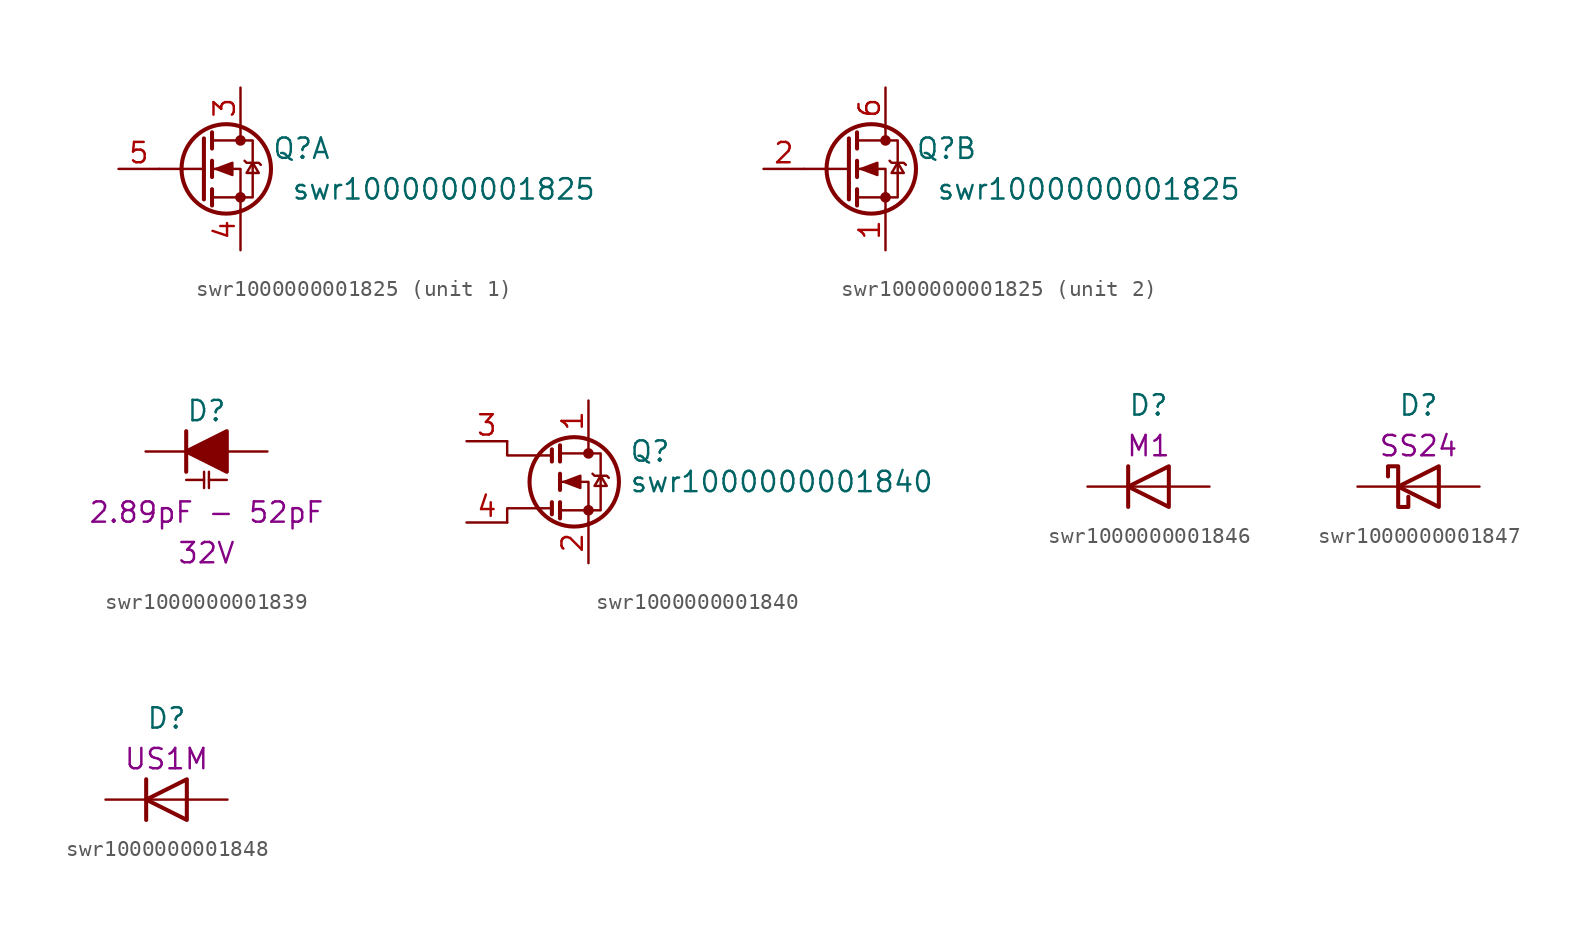
<source format=kicad_sym>
(kicad_symbol_lib
  (version 20211014)
  (generator kicad_symbol_editor)
  (symbol "swr1000000001825"
    (property "Reference" "Q"
      (at 3.81 1.27 0)
      (effects (font (size 1.27 1.27))))
    (property "Value" "swr1000000001825"
      (at 12.7 -1.27 0)
      (effects (font (size 1.27 1.27))))
    (property "ki_locked" ""
      (at 0 0 0)
      (effects (font (size 1.27 1.27))))
    (symbol "swr1000000001825_0_1"
      (circle (center -0.889 0) (radius 2.794) (stroke (width 0.254) (type default) (color 0 0 0 0)) (fill (type none)))
      (circle (center 0 -1.778) (radius 0.254) (stroke (width 0) (type default) (color 0 0 0 0)) (fill (type outline)))
      (polyline (pts (xy -2.286 0) (xy -5.08 0)) (stroke (width 0) (type default) (color 0 0 0 0)) (fill (type none)))
      (polyline (pts (xy -2.286 1.905) (xy -2.286 -1.905)) (stroke (width 0.254) (type default) (color 0 0 0 0)) (fill (type none)))
      (polyline (pts (xy -1.778 -1.27) (xy -1.778 -2.286)) (stroke (width 0.254) (type default) (color 0 0 0 0)) (fill (type none)))
      (polyline (pts (xy -1.778 0.508) (xy -1.778 -0.508)) (stroke (width 0.254) (type default) (color 0 0 0 0)) (fill (type none)))
      (polyline (pts (xy -1.778 2.286) (xy -1.778 1.27)) (stroke (width 0.254) (type default) (color 0 0 0 0)) (fill (type none)))
      (polyline (pts (xy 0 2.54) (xy 0 1.778)) (stroke (width 0) (type default) (color 0 0 0 0)) (fill (type none)))
      (polyline (pts (xy 0 -2.54) (xy 0 0) (xy -1.778 0)) (stroke (width 0) (type default) (color 0 0 0 0)) (fill (type none)))
      (polyline (pts (xy -1.778 -1.778) (xy 0.762 -1.778) (xy 0.762 1.778) (xy -1.778 1.778)) (stroke (width 0) (type default) (color 0 0 0 0)) (fill (type none)))
      (polyline (pts (xy -1.524 0) (xy -0.508 0.381) (xy -0.508 -0.381) (xy -1.524 0)) (stroke (width 0) (type default) (color 0 0 0 0)) (fill (type outline)))
      (polyline (pts (xy 0.254 0.508) (xy 0.381 0.381) (xy 1.143 0.381) (xy 1.27 0.254)) (stroke (width 0) (type default) (color 0 0 0 0)) (fill (type none)))
      (polyline (pts (xy 0.762 0.381) (xy 0.381 -0.254) (xy 1.143 -0.254) (xy 0.762 0.381)) (stroke (width 0) (type default) (color 0 0 0 0)) (fill (type none)))
      (circle (center 0 1.778) (radius 0.254) (stroke (width 0) (type default) (color 0 0 0 0)) (fill (type outline))))
    (symbol "swr1000000001825_1_1"
      (pin passive line (at 0 5.08 270) (length 2.54) (name "" (effects (font (size 1.27 1.27)))) (number "3" (effects (font (size 1.27 1.27)))))
      (pin passive line (at 0 -5.08 90) (length 2.54) (name "" (effects (font (size 1.27 1.27)))) (number "4" (effects (font (size 1.27 1.27)))))
      (pin input line (at -7.62 0 0) (length 2.54) (name "" (effects (font (size 1.27 1.27)))) (number "5" (effects (font (size 1.27 1.27))))))
    (symbol "swr1000000001825_2_1"
      (pin passive line (at 0 -5.08 90) (length 2.54) (name "" (effects (font (size 1.27 1.27)))) (number "1" (effects (font (size 1.27 1.27)))))
      (pin input line (at -7.62 0 0) (length 2.54) (name "" (effects (font (size 1.27 1.27)))) (number "2" (effects (font (size 1.27 1.27)))))
      (pin passive line (at 0 5.08 270) (length 2.54) (name "" (effects (font (size 1.27 1.27)))) (number "6" (effects (font (size 1.27 1.27)))))))
  (symbol "swr1000000001839"
    (pin_numbers hide)
    (pin_names
      (offset 1.016) hide)
    (property "Reference" "D"
      (at 0 2.54 0)
      (effects (font (size 1.27 1.27))))
    (property "PartValue" "2.89pF - 52pF"
      (at 0 -3.81 0)
      (effects (font (size 1.27 1.27))))
    (property "Voltage" "32V"
      (at 0 -6.35 0)
      (effects (font (size 1.27 1.27))))
    (symbol "swr1000000001839_0_1"
      (polyline (pts (xy -1.27 -1.778) (xy -0.152 -1.778)) (stroke (width 0) (type default) (color 0 0 0 0)) (fill (type none)))
      (polyline (pts (xy -1.27 0) (xy 1.27 0)) (stroke (width 0) (type default) (color 0 0 0 0)) (fill (type none)))
      (polyline (pts (xy -1.27 1.27) (xy -1.27 -1.27)) (stroke (width 0.254) (type default) (color 0 0 0 0)) (fill (type none)))
      (polyline (pts (xy -0.152 -1.27) (xy -0.152 -2.286)) (stroke (width 0) (type default) (color 0 0 0 0)) (fill (type none)))
      (polyline (pts (xy 0.152 -1.778) (xy 1.27 -1.778)) (stroke (width 0) (type default) (color 0 0 0 0)) (fill (type none)))
      (polyline (pts (xy 0.152 -1.27) (xy 0.152 -2.286)) (stroke (width 0) (type default) (color 0 0 0 0)) (fill (type none)))
      (polyline (pts (xy 1.27 1.27) (xy 1.27 -1.27) (xy -1.27 0) (xy 1.27 1.27)) (stroke (width 0.254) (type default) (color 0 0 0 0)) (fill (type outline))))
    (symbol "swr1000000001839_1_1"
      (pin passive line (at -3.81 0 0) (length 2.54) (name "K" (effects (font (size 1.27 1.27)))) (number "1" (effects (font (size 1.27 1.27)))))
      (pin passive line (at 3.81 0 180) (length 2.54) (name "A" (effects (font (size 1.27 1.27)))) (number "2" (effects (font (size 1.27 1.27)))))))
  (symbol "swr1000000001840"
    (pin_names hide)
    (property "Reference" "Q"
      (at 5.08 1.905 0)
      (effects (font (size 1.27 1.27)) (justify left)))
    (property "Value" "swr1000000001840"
      (at 5.08 0 0)
      (effects (font (size 1.27 1.27)) (justify left)))
    (symbol "swr1000000001840_0_1"
      (polyline (pts (xy 0.254 -2.032) (xy 0.254 -1.27)) (stroke (width 0.254) (type default) (color 0 0 0 0)) (fill (type none)))
      (polyline (pts (xy 0.254 2.032) (xy 0.254 1.27)) (stroke (width 0.254) (type default) (color 0 0 0 0)) (fill (type none)))
      (polyline (pts (xy 0.762 -1.27) (xy 0.762 -2.286)) (stroke (width 0.254) (type default) (color 0 0 0 0)) (fill (type none)))
      (polyline (pts (xy 0.762 0.508) (xy 0.762 -0.508)) (stroke (width 0.254) (type default) (color 0 0 0 0)) (fill (type none)))
      (polyline (pts (xy 0.762 2.286) (xy 0.762 1.27)) (stroke (width 0.254) (type default) (color 0 0 0 0)) (fill (type none)))
      (polyline (pts (xy 2.54 2.54) (xy 2.54 1.778)) (stroke (width 0) (type default) (color 0 0 0 0)) (fill (type none)))
      (polyline (pts (xy 0.254 -1.651) (xy -2.54 -1.651) (xy -2.54 -2.54)) (stroke (width 0) (type default) (color 0 0 0 0)) (fill (type none)))
      (polyline (pts (xy 0.254 1.651) (xy -2.54 1.651) (xy -2.54 2.54)) (stroke (width 0) (type default) (color 0 0 0 0)) (fill (type none)))
      (polyline (pts (xy 2.54 -2.54) (xy 2.54 0) (xy 0.762 0)) (stroke (width 0) (type default) (color 0 0 0 0)) (fill (type none)))
      (polyline (pts (xy 0.762 -1.778) (xy 3.302 -1.778) (xy 3.302 1.778) (xy 0.762 1.778)) (stroke (width 0) (type default) (color 0 0 0 0)) (fill (type none)))
      (polyline (pts (xy 1.016 0) (xy 2.032 0.381) (xy 2.032 -0.381) (xy 1.016 0)) (stroke (width 0) (type default) (color 0 0 0 0)) (fill (type outline)))
      (polyline (pts (xy 2.794 0.508) (xy 2.921 0.381) (xy 3.683 0.381) (xy 3.81 0.254)) (stroke (width 0) (type default) (color 0 0 0 0)) (fill (type none)))
      (polyline (pts (xy 3.302 0.381) (xy 2.921 -0.254) (xy 3.683 -0.254) (xy 3.302 0.381)) (stroke (width 0) (type default) (color 0 0 0 0)) (fill (type none)))
      (circle (center 1.651 0) (radius 2.794) (stroke (width 0.254) (type default) (color 0 0 0 0)) (fill (type none)))
      (circle (center 2.54 -1.778) (radius 0.254) (stroke (width 0) (type default) (color 0 0 0 0)) (fill (type outline)))
      (circle (center 2.54 1.778) (radius 0.254) (stroke (width 0) (type default) (color 0 0 0 0)) (fill (type outline))))
    (symbol "swr1000000001840_1_1"
      (pin passive line (at 2.54 5.08 270) (length 2.54) (name "D" (effects (font (size 1.27 1.27)))) (number "1" (effects (font (size 1.27 1.27)))))
      (pin passive line (at 2.54 -5.08 90) (length 2.54) (name "S" (effects (font (size 1.27 1.27)))) (number "2" (effects (font (size 1.27 1.27)))))
      (pin passive line (at -5.08 2.54 0) (length 2.54) (name "G1" (effects (font (size 1.27 1.27)))) (number "3" (effects (font (size 1.27 1.27)))))
      (pin passive line (at -5.08 -2.54 0) (length 2.54) (name "G2" (effects (font (size 1.27 1.27)))) (number "4" (effects (font (size 1.27 1.27)))))))
  (symbol "swr1000000001846"
    (pin_numbers hide)
    (pin_names
      (offset 1.016) hide)
    (property "Reference" "D"
      (at 0 5.08 0)
      (effects (font (size 1.27 1.27))))
    (property "PartValue" "M1"
      (at 0 2.54 0)
      (effects (font (size 1.27 1.27))))
    (symbol "swr1000000001846_0_1"
      (polyline (pts (xy -1.27 1.27) (xy -1.27 -1.27)) (stroke (width 0.254) (type default) (color 0 0 0 0)) (fill (type none)))
      (polyline (pts (xy 1.27 0) (xy -1.27 0)) (stroke (width 0) (type default) (color 0 0 0 0)) (fill (type none)))
      (polyline (pts (xy 1.27 1.27) (xy 1.27 -1.27) (xy -1.27 0) (xy 1.27 1.27)) (stroke (width 0.254) (type default) (color 0 0 0 0)) (fill (type none))))
    (symbol "swr1000000001846_1_1"
      (pin passive line (at -3.81 0 0) (length 2.54) (name "K" (effects (font (size 1.27 1.27)))) (number "1" (effects (font (size 1.27 1.27)))))
      (pin passive line (at 3.81 0 180) (length 2.54) (name "A" (effects (font (size 1.27 1.27)))) (number "2" (effects (font (size 1.27 1.27)))))))
  (symbol "swr1000000001847"
    (pin_numbers hide)
    (pin_names
      (offset 1.016) hide)
    (property "Reference" "D"
      (at 0 5.08 0)
      (effects (font (size 1.27 1.27))))
    (property "PartValue" "SS24"
      (at 0 2.54 0)
      (effects (font (size 1.27 1.27))))
    (symbol "swr1000000001847_0_1"
      (polyline (pts (xy 1.27 0) (xy -1.27 0)) (stroke (width 0) (type default) (color 0 0 0 0)) (fill (type none)))
      (polyline (pts (xy 1.27 1.27) (xy 1.27 -1.27) (xy -1.27 0) (xy 1.27 1.27)) (stroke (width 0.254) (type default) (color 0 0 0 0)) (fill (type none)))
      (polyline (pts (xy -1.905 0.635) (xy -1.905 1.27) (xy -1.27 1.27) (xy -1.27 -1.27) (xy -0.635 -1.27) (xy -0.635 -0.635)) (stroke (width 0.254) (type default) (color 0 0 0 0)) (fill (type none))))
    (symbol "swr1000000001847_1_1"
      (pin passive line (at -3.81 0 0) (length 2.54) (name "K" (effects (font (size 1.27 1.27)))) (number "1" (effects (font (size 1.27 1.27)))))
      (pin passive line (at 3.81 0 180) (length 2.54) (name "A" (effects (font (size 1.27 1.27)))) (number "2" (effects (font (size 1.27 1.27)))))))
  (symbol "swr1000000001848"
    (pin_numbers hide)
    (pin_names
      (offset 1.016) hide)
    (property "Reference" "D"
      (at 0 5.08 0)
      (effects (font (size 1.27 1.27))))
    (property "PartValue" "US1M"
      (at 0 2.54 0)
      (effects (font (size 1.27 1.27))))
    (symbol "swr1000000001848_0_1"
      (polyline (pts (xy -1.27 1.27) (xy -1.27 -1.27)) (stroke (width 0.254) (type default) (color 0 0 0 0)) (fill (type none)))
      (polyline (pts (xy 1.27 0) (xy -1.27 0)) (stroke (width 0) (type default) (color 0 0 0 0)) (fill (type none)))
      (polyline (pts (xy 1.27 1.27) (xy 1.27 -1.27) (xy -1.27 0) (xy 1.27 1.27)) (stroke (width 0.254) (type default) (color 0 0 0 0)) (fill (type none))))
    (symbol "swr1000000001848_1_1"
      (pin passive line (at -3.81 0 0) (length 2.54) (name "K" (effects (font (size 1.27 1.27)))) (number "1" (effects (font (size 1.27 1.27)))))
      (pin passive line (at 3.81 0 180) (length 2.54) (name "A" (effects (font (size 1.27 1.27)))) (number "2" (effects (font (size 1.27 1.27))))))))
</source>
